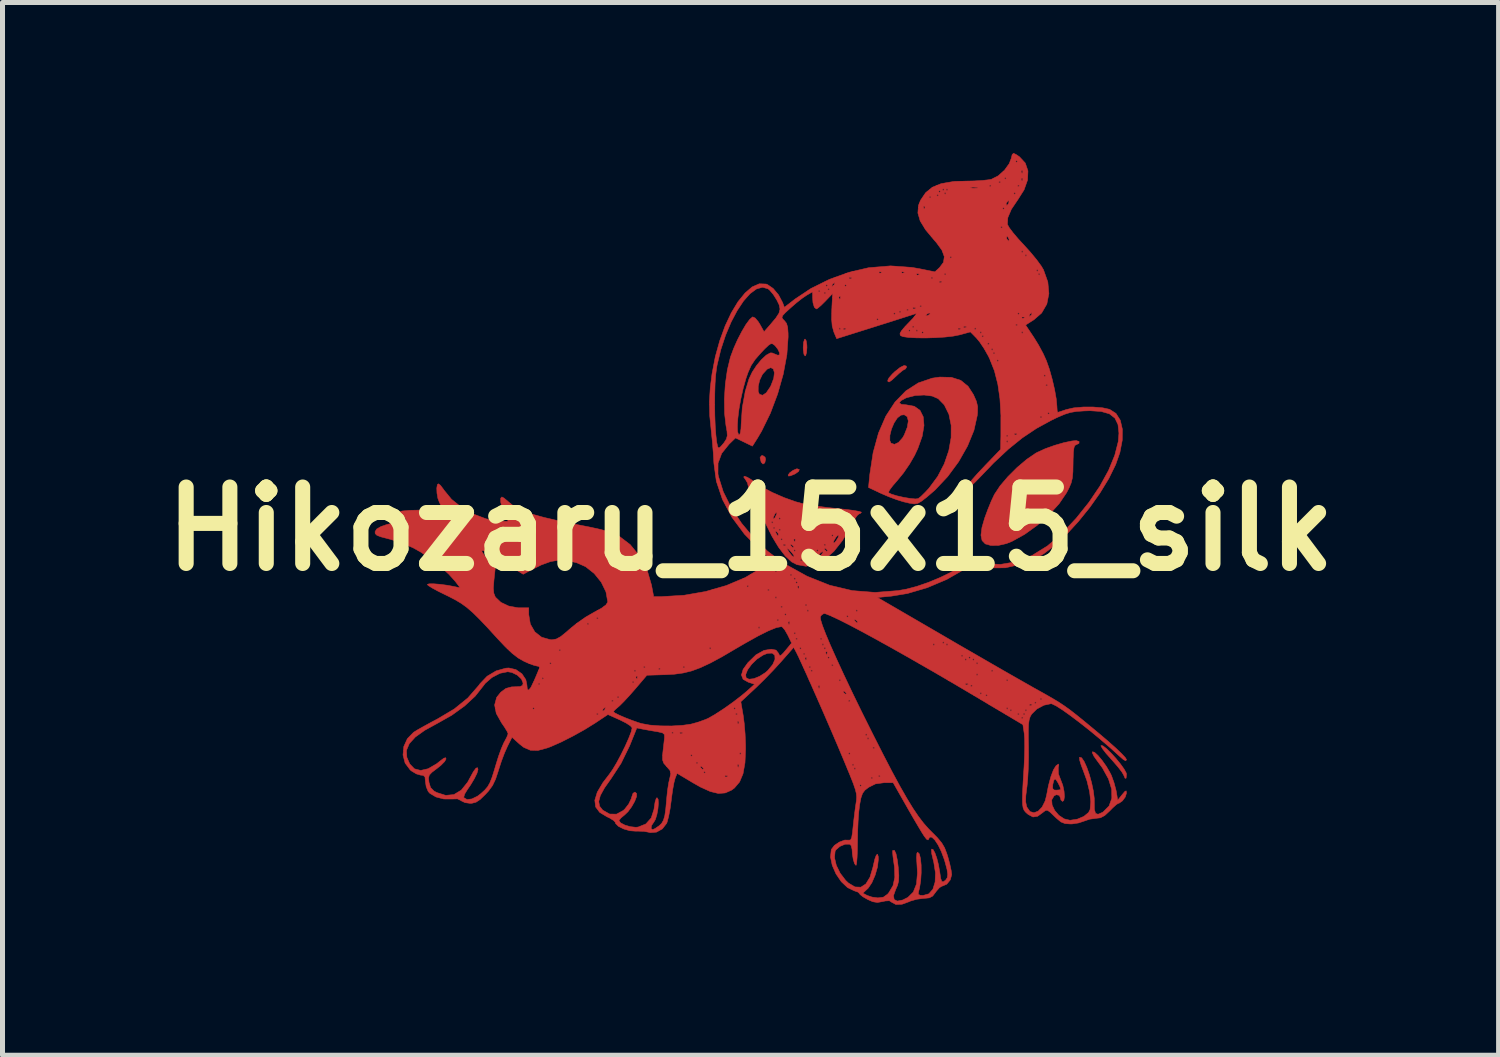
<source format=kicad_pcb>
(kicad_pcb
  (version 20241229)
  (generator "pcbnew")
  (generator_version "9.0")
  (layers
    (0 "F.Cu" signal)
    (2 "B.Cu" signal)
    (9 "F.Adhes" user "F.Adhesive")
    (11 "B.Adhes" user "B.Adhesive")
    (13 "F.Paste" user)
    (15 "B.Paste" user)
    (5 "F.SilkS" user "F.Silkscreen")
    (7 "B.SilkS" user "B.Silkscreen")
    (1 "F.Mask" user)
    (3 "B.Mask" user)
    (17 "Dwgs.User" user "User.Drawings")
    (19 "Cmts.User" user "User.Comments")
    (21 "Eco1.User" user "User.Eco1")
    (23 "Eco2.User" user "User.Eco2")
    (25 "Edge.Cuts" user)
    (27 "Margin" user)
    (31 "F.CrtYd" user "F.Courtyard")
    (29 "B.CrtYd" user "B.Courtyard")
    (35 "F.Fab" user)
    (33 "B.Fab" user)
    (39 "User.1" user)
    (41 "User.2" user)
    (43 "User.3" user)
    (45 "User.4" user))
  (footprint "Hikozaru_15x15_silk"
    (layer "F.Cu")
    (at 11.909 7.491)
    (property "Reference" "Hikozaru_15x15_silk" (at 0 0 0) (layer "F.SilkS") (effects (font (size 1.524 1.524) (thickness 0.3))))
    (attr through_hole)
    (fp_poly (pts (xy 0.289 -1.43) (xy 0.3 -1.388) (xy 0.284 -1.316) (xy 0.248 -1.292) (xy 0.212 -1.328) (xy 0.21 -1.333) (xy 0.189 -1.42) (xy 0.216 -1.458) (xy 0.244 -1.461) (xy 0.289 -1.43)) (stroke (width 0.01) (type solid)) (fill yes) (layer "F.Cu"))
    (fp_poly (pts (xy 0.972 -1.183) (xy 0.958 -1.146) (xy 0.894 -1.1) (xy 0.879 -1.092) (xy 0.793 -1.057) (xy 0.756 -1.053) (xy 0.749 -1.073) (xy 0.778 -1.116) (xy 0.844 -1.165) (xy 0.912 -1.195) (xy 0.927 -1.198) (xy 0.972 -1.183)) (stroke (width 0.01) (type solid)) (fill yes) (layer "F.Cu"))
    (fp_poly (pts (xy 1.109 -3.75) (xy 1.122 -3.666) (xy 1.124 -3.615) (xy 1.116 -3.515) (xy 1.098 -3.454) (xy 1.086 -3.447) (xy 1.064 -3.48) (xy 1.051 -3.565) (xy 1.049 -3.615) (xy 1.056 -3.716) (xy 1.075 -3.776) (xy 1.086 -3.784) (xy 1.109 -3.75)) (stroke (width 0.01) (type solid)) (fill yes) (layer "F.Cu"))
    (fp_poly (pts (xy 3.104 -3.245) (xy 3.109 -3.222) (xy 3.085 -3.185) (xy 3.078 -3.184) (xy 3.035 -3.16) (xy 2.96 -3.099) (xy 2.911 -3.053) (xy 2.816 -2.965) (xy 2.762 -2.928) (xy 2.738 -2.937) (xy 2.735 -2.964) (xy 2.76 -3.012) (xy 2.826 -3.087) (xy 2.873 -3.132) (xy 2.981 -3.218) (xy 3.061 -3.257) (xy 3.104 -3.245)) (stroke (width 0.01) (type solid)) (fill yes) (layer "F.Cu"))
    (fp_poly (pts (xy 7.024 4.325) (xy 7.095 4.381) (xy 7.185 4.468) (xy 7.282 4.575) (xy 7.373 4.686) (xy 7.445 4.787) (xy 7.487 4.864) (xy 7.493 4.889) (xy 7.485 4.967) (xy 7.465 4.972) (xy 7.436 4.906) (xy 7.4 4.844) (xy 7.325 4.747) (xy 7.225 4.631) (xy 7.185 4.586) (xy 7.087 4.476) (xy 7.017 4.385) (xy 6.984 4.328) (xy 6.985 4.317) (xy 7.024 4.325)) (stroke (width 0.01) (type solid)) (fill yes) (layer "F.Cu"))
    (fp_poly (pts (xy 6.548 -1.742) (xy 6.546 -1.705) (xy 6.494 -1.679) (xy 6.464 -1.663) (xy 6.446 -1.617) (xy 6.435 -1.53) (xy 6.429 -1.387) (xy 6.428 -1.311) (xy 6.425 -1.138) (xy 6.414 -1.015) (xy 6.39 -0.916) (xy 6.348 -0.817) (xy 6.298 -0.72) (xy 6.15 -0.502) (xy 5.949 -0.281) (xy 5.713 -0.071) (xy 5.461 0.11) (xy 5.211 0.248) (xy 5.099 0.293) (xy 4.941 0.329) (xy 4.791 0.331) (xy 4.678 0.299) (xy 4.678 0.299) (xy 4.614 0.232) (xy 4.592 0.125) (xy 4.612 -0.029) (xy 4.666 -0.216) (xy 4.728 -0.384) (xy 4.797 -0.553) (xy 4.86 -0.687) (xy 4.864 -0.693) (xy 4.974 -0.859) (xy 5.131 -1.043) (xy 5.314 -1.225) (xy 5.504 -1.386) (xy 5.682 -1.508) (xy 5.717 -1.527) (xy 5.873 -1.598) (xy 6.057 -1.664) (xy 6.243 -1.718) (xy 6.405 -1.752) (xy 6.49 -1.76) (xy 6.548 -1.742)) (stroke (width 0.01) (type solid)) (fill yes) (layer "F.Cu"))
    (fp_poly (pts (xy 4.004 -3.02) (xy 4.19 -2.96) (xy 4.336 -2.841) (xy 4.443 -2.675) (xy 4.501 -2.543) (xy 4.526 -2.437) (xy 4.524 -2.317) (xy 4.518 -2.259) (xy 4.452 -1.963) (xy 4.325 -1.652) (xy 4.148 -1.34) (xy 3.929 -1.043) (xy 3.676 -0.774) (xy 3.511 -0.632) (xy 3.407 -0.552) (xy 3.333 -0.509) (xy 3.26 -0.498) (xy 3.162 -0.513) (xy 3.051 -0.539) (xy 2.918 -0.58) (xy 2.755 -0.641) (xy 2.606 -0.705) (xy 2.558 -0.728) (xy 2.748 -0.728) (xy 2.749 -0.722) (xy 2.809 -0.692) (xy 2.917 -0.659) (xy 3.049 -0.629) (xy 3.18 -0.607) (xy 3.286 -0.597) (xy 3.34 -0.603) (xy 3.397 -0.647) (xy 3.481 -0.73) (xy 3.555 -0.809) (xy 3.729 -1.044) (xy 3.861 -1.297) (xy 3.951 -1.559) (xy 3.997 -1.819) (xy 3.998 -2.064) (xy 3.953 -2.285) (xy 3.861 -2.471) (xy 3.74 -2.595) (xy 3.621 -2.647) (xy 3.459 -2.668) (xy 3.282 -2.658) (xy 3.116 -2.616) (xy 3.097 -2.609) (xy 2.996 -2.555) (xy 2.965 -2.511) (xy 3.006 -2.482) (xy 3.101 -2.473) (xy 3.263 -2.444) (xy 3.377 -2.363) (xy 3.442 -2.233) (xy 3.457 -2.06) (xy 3.421 -1.847) (xy 3.333 -1.6) (xy 3.269 -1.464) (xy 3.17 -1.293) (xy 3.047 -1.114) (xy 2.926 -0.966) (xy 2.835 -0.861) (xy 2.772 -0.777) (xy 2.748 -0.728) (xy 2.558 -0.728) (xy 2.351 -0.825) (xy 2.376 -1.083) (xy 2.443 -1.521) (xy 2.509 -1.76) (xy 2.776 -1.76) (xy 2.799 -1.709) (xy 2.868 -1.685) (xy 2.949 -1.723) (xy 3.03 -1.815) (xy 3.063 -1.872) (xy 3.124 -2.026) (xy 3.144 -2.151) (xy 3.122 -2.237) (xy 3.062 -2.275) (xy 2.998 -2.267) (xy 2.927 -2.213) (xy 2.861 -2.113) (xy 2.808 -1.989) (xy 2.777 -1.864) (xy 2.776 -1.76) (xy 2.509 -1.76) (xy 2.55 -1.91) (xy 2.696 -2.247) (xy 2.879 -2.528) (xy 3.095 -2.75) (xy 3.342 -2.909) (xy 3.619 -3.004) (xy 3.771 -3.026) (xy 4.004 -3.02)) (stroke (width 0.01) (type solid)) (fill yes) (layer "F.Cu"))
    (fp_poly (pts (xy -0.066 -1.03) (xy 0.019 -0.978) (xy 0.077 -0.935) (xy 0.232 -0.832) (xy 0.436 -0.725) (xy 0.665 -0.625) (xy 0.893 -0.543) (xy 1.012 -0.51) (xy 1.147 -0.482) (xy 1.333 -0.452) (xy 1.542 -0.425) (xy 1.733 -0.405) (xy 1.912 -0.387) (xy 2.06 -0.367) (xy 2.164 -0.348) (xy 2.209 -0.333) (xy 2.21 -0.331) (xy 2.181 -0.302) (xy 2.163 -0.299) (xy 2.126 -0.268) (xy 2.068 -0.185) (xy 2.002 -0.066) (xy 1.988 -0.038) (xy 1.832 0.232) (xy 1.66 0.449) (xy 1.477 0.609) (xy 1.29 0.709) (xy 1.104 0.745) (xy 0.925 0.713) (xy 0.819 0.658) (xy 0.769 0.612) (xy 0.987 0.612) (xy 0.992 0.634) (xy 1.012 0.637) (xy 1.042 0.623) (xy 1.036 0.612) (xy 1.136 0.612) (xy 1.142 0.634) (xy 1.161 0.637) (xy 1.192 0.623) (xy 1.186 0.612) (xy 1.142 0.607) (xy 1.136 0.612) (xy 1.036 0.612) (xy 0.992 0.607) (xy 0.987 0.612) (xy 0.769 0.612) (xy 0.756 0.599) (xy 1.324 0.599) (xy 1.356 0.575) (xy 1.405 0.524) (xy 1.443 0.471) (xy 1.438 0.45) (xy 1.394 0.478) (xy 1.357 0.524) (xy 1.326 0.582) (xy 1.324 0.599) (xy 0.756 0.599) (xy 0.692 0.541) (xy 0.565 0.375) (xy 0.723 0.375) (xy 0.732 0.402) (xy 0.77 0.467) (xy 0.771 0.468) (xy 0.825 0.535) (xy 0.866 0.562) (xy 0.867 0.543) (xy 1.199 0.543) (xy 1.218 0.562) (xy 1.236 0.543) (xy 1.218 0.524) (xy 1.199 0.543) (xy 0.867 0.543) (xy 0.867 0.538) (xy 0.827 0.479) (xy 0.817 0.468) (xy 0.783 0.431) (xy 0.862 0.431) (xy 0.88 0.45) (xy 0.899 0.431) (xy 1.311 0.431) (xy 1.33 0.45) (xy 1.349 0.431) (xy 1.33 0.412) (xy 1.311 0.431) (xy 0.899 0.431) (xy 0.88 0.412) (xy 0.862 0.431) (xy 0.783 0.431) (xy 0.758 0.405) (xy 0.736 0.385) (xy 1.467 0.385) (xy 1.476 0.406) (xy 1.514 0.447) (xy 1.536 0.438) (xy 1.536 0.433) (xy 1.509 0.401) (xy 1.493 0.39) (xy 1.467 0.385) (xy 0.736 0.385) (xy 0.724 0.375) (xy 0.723 0.375) (xy 0.565 0.375) (xy 0.557 0.364) (xy 0.526 0.312) (xy 0.649 0.312) (xy 0.655 0.334) (xy 0.674 0.337) (xy 0.705 0.323) (xy 0.699 0.312) (xy 0.682 0.31) (xy 0.793 0.31) (xy 0.802 0.331) (xy 0.84 0.372) (xy 0.861 0.363) (xy 0.862 0.358) (xy 0.835 0.326) (xy 0.824 0.318) (xy 1.461 0.318) (xy 1.48 0.337) (xy 1.499 0.318) (xy 1.48 0.3) (xy 1.461 0.318) (xy 0.824 0.318) (xy 0.818 0.315) (xy 0.793 0.31) (xy 0.682 0.31) (xy 0.655 0.308) (xy 0.649 0.312) (xy 0.526 0.312) (xy 0.504 0.277) (xy 1.648 0.277) (xy 1.667 0.28) (xy 1.703 0.241) (xy 1.746 0.17) (xy 1.758 0.131) (xy 1.74 0.127) (xy 1.703 0.166) (xy 1.66 0.237) (xy 1.648 0.277) (xy 0.504 0.277) (xy 0.462 0.206) (xy 0.599 0.206) (xy 0.618 0.225) (xy 0.862 0.225) (xy 0.875 0.256) (xy 0.887 0.25) (xy 0.891 0.205) (xy 0.887 0.2) (xy 0.864 0.205) (xy 0.862 0.225) (xy 0.618 0.225) (xy 0.637 0.206) (xy 0.618 0.187) (xy 0.599 0.206) (xy 0.462 0.206) (xy 0.423 0.141) (xy 0.374 0.041) (xy 0.498 0.041) (xy 0.505 0.079) (xy 0.508 0.086) (xy 0.538 0.132) (xy 0.555 0.132) (xy 0.555 0.131) (xy 1.611 0.131) (xy 1.63 0.15) (xy 1.648 0.131) (xy 1.63 0.112) (xy 1.611 0.131) (xy 0.555 0.131) (xy 0.551 0.092) (xy 0.529 0.065) (xy 0.498 0.041) (xy 0.374 0.041) (xy 0.363 0.019) (xy 0.562 0.019) (xy 0.581 0.037) (xy 0.599 0.019) (xy 0.581 0) (xy 0.562 0.019) (xy 0.363 0.019) (xy 0.344 -0.019) (xy 0.45 -0.019) (xy 0.468 0) (xy 0.487 -0.019) (xy 0.468 -0.037) (xy 0.45 -0.019) (xy 0.344 -0.019) (xy 0.297 -0.115) (xy 0.291 -0.131) (xy 0.412 -0.131) (xy 0.431 -0.112) (xy 0.45 -0.131) (xy 0.431 -0.15) (xy 0.412 -0.131) (xy 0.291 -0.131) (xy 0.261 -0.206) (xy 0.451 -0.206) (xy 0.466 -0.199) (xy 0.472 -0.206) (xy 0.562 -0.206) (xy 0.581 -0.187) (xy 0.599 -0.206) (xy 0.581 -0.225) (xy 0.562 -0.206) (xy 0.472 -0.206) (xy 0.487 -0.225) (xy 0.499 -0.25) (xy 1.689 -0.25) (xy 1.711 -0.212) (xy 1.747 -0.215) (xy 1.784 -0.261) (xy 1.798 -0.309) (xy 1.768 -0.334) (xy 1.742 -0.337) (xy 1.695 -0.309) (xy 1.689 -0.25) (xy 0.499 -0.25) (xy 0.519 -0.293) (xy 0.523 -0.318) (xy 0.508 -0.325) (xy 0.487 -0.3) (xy 0.455 -0.231) (xy 0.451 -0.206) (xy 0.261 -0.206) (xy 0.187 -0.391) (xy 0.151 -0.497) (xy 0.104 -0.598) (xy 0.046 -0.668) (xy 0.034 -0.676) (xy -0.024 -0.745) (xy -0.037 -0.813) (xy -0.04 -0.823) (xy 0.047 -0.823) (xy 0.059 -0.782) (xy 0.088 -0.753) (xy 0.104 -0.782) (xy 0.105 -0.84) (xy 0.098 -0.852) (xy 0.062 -0.86) (xy 0.047 -0.823) (xy -0.04 -0.823) (xy -0.061 -0.916) (xy -0.099 -0.98) (xy -0.137 -1.034) (xy -0.122 -1.05) (xy -0.066 -1.03)) (stroke (width 0.01) (type solid)) (fill yes) (layer "F.Cu"))
    (fp_poly (pts (xy 5.297 -7.459) (xy 5.36 -7.416) (xy 5.475 -7.292) (xy 5.529 -7.135) (xy 5.521 -6.954) (xy 5.451 -6.757) (xy 5.333 -6.57) (xy 5.197 -6.368) (xy 5.127 -6.202) (xy 5.12 -6.071) (xy 5.121 -6.066) (xy 5.156 -6.003) (xy 5.231 -5.903) (xy 5.337 -5.778) (xy 5.449 -5.657) (xy 5.58 -5.512) (xy 5.7 -5.367) (xy 5.793 -5.24) (xy 5.838 -5.165) (xy 5.925 -4.921) (xy 5.946 -4.69) (xy 5.905 -4.481) (xy 5.801 -4.302) (xy 5.647 -4.168) (xy 5.482 -4.063) (xy 5.643 -3.822) (xy 5.74 -3.665) (xy 5.833 -3.492) (xy 5.896 -3.353) (xy 5.956 -3.183) (xy 6.012 -2.982) (xy 6.06 -2.775) (xy 6.093 -2.587) (xy 6.106 -2.443) (xy 6.106 -2.437) (xy 6.111 -2.357) (xy 6.12 -2.323) (xy 6.121 -2.323) (xy 6.161 -2.334) (xy 6.247 -2.363) (xy 6.294 -2.379) (xy 6.44 -2.412) (xy 6.63 -2.429) (xy 6.832 -2.429) (xy 7.019 -2.413) (xy 7.155 -2.383) (xy 7.283 -2.301) (xy 7.369 -2.165) (xy 7.411 -1.984) (xy 7.408 -1.767) (xy 7.361 -1.522) (xy 7.277 -1.282) (xy 7.141 -1.005) (xy 6.964 -0.715) (xy 6.758 -0.424) (xy 6.532 -0.145) (xy 6.298 0.11) (xy 6.065 0.327) (xy 5.845 0.494) (xy 5.737 0.558) (xy 5.4 0.703) (xy 5.076 0.776) (xy 4.758 0.778) (xy 4.574 0.747) (xy 4.462 0.728) (xy 4.379 0.74) (xy 4.286 0.791) (xy 4.272 0.8) (xy 3.911 1.007) (xy 3.521 1.172) (xy 3.126 1.288) (xy 2.81 1.34) (xy 2.529 1.367) (xy 3.859 2.14) (xy 4.169 2.321) (xy 4.48 2.5) (xy 4.779 2.673) (xy 5.057 2.833) (xy 5.304 2.974) (xy 5.508 3.09) (xy 5.659 3.176) (xy 5.676 3.185) (xy 5.864 3.29) (xy 6.014 3.376) (xy 6.139 3.451) (xy 6.251 3.525) (xy 6.364 3.606) (xy 6.49 3.704) (xy 6.642 3.827) (xy 6.833 3.985) (xy 6.94 4.074) (xy 7.119 4.226) (xy 7.272 4.362) (xy 7.391 4.475) (xy 7.467 4.556) (xy 7.493 4.597) (xy 7.479 4.623) (xy 7.432 4.599) (xy 7.352 4.529) (xy 7.166 4.36) (xy 6.965 4.188) (xy 6.761 4.019) (xy 6.562 3.862) (xy 6.378 3.723) (xy 6.218 3.609) (xy 6.091 3.528) (xy 6.007 3.488) (xy 5.989 3.484) (xy 5.848 3.514) (xy 5.707 3.589) (xy 5.602 3.692) (xy 5.601 3.694) (xy 5.572 3.745) (xy 5.553 3.806) (xy 5.541 3.89) (xy 5.537 4.012) (xy 5.537 4.185) (xy 5.54 4.333) (xy 5.541 4.555) (xy 5.535 4.781) (xy 5.524 4.984) (xy 5.509 5.139) (xy 5.507 5.151) (xy 5.486 5.32) (xy 5.483 5.437) (xy 5.5 5.524) (xy 5.509 5.548) (xy 5.57 5.634) (xy 5.649 5.657) (xy 5.733 5.625) (xy 5.811 5.544) (xy 5.872 5.421) (xy 5.9 5.309) (xy 5.926 5.174) (xy 6.02 5.174) (xy 6.051 5.204) (xy 6.094 5.207) (xy 6.162 5.201) (xy 6.181 5.19) (xy 6.165 5.135) (xy 6.128 5.061) (xy 6.089 5) (xy 6.067 4.983) (xy 6.043 5.015) (xy 6.024 5.093) (xy 6.024 5.095) (xy 6.02 5.174) (xy 5.926 5.174) (xy 5.938 5.113) (xy 5.985 4.939) (xy 6.037 4.802) (xy 6.088 4.721) (xy 6.094 4.716) (xy 6.137 4.687) (xy 6.143 4.712) (xy 6.132 4.761) (xy 6.137 4.885) (xy 6.182 5.003) (xy 6.223 5.11) (xy 6.248 5.228) (xy 6.256 5.335) (xy 6.244 5.41) (xy 6.219 5.432) (xy 6.185 5.402) (xy 6.181 5.378) (xy 6.155 5.311) (xy 6.093 5.298) (xy 6.049 5.321) (xy 6.002 5.401) (xy 6.01 5.503) (xy 6.061 5.611) (xy 6.144 5.708) (xy 6.25 5.779) (xy 6.366 5.807) (xy 6.369 5.807) (xy 6.513 5.785) (xy 6.643 5.73) (xy 6.737 5.652) (xy 6.767 5.593) (xy 6.78 5.438) (xy 6.758 5.241) (xy 6.705 5.022) (xy 6.638 4.837) (xy 6.589 4.708) (xy 6.559 4.608) (xy 6.555 4.554) (xy 6.558 4.551) (xy 6.599 4.563) (xy 6.648 4.635) (xy 6.701 4.751) (xy 6.752 4.897) (xy 6.797 5.059) (xy 6.831 5.22) (xy 6.85 5.368) (xy 6.851 5.446) (xy 6.853 5.592) (xy 6.876 5.67) (xy 6.926 5.688) (xy 7.01 5.651) (xy 7.029 5.639) (xy 7.145 5.522) (xy 7.2 5.37) (xy 7.197 5.188) (xy 7.134 4.984) (xy 7.013 4.764) (xy 6.907 4.62) (xy 6.843 4.53) (xy 6.812 4.464) (xy 6.815 4.441) (xy 6.858 4.455) (xy 6.926 4.518) (xy 7.008 4.616) (xy 7.091 4.733) (xy 7.162 4.855) (xy 7.191 4.912) (xy 7.243 5.055) (xy 7.283 5.205) (xy 7.291 5.244) (xy 7.317 5.408) (xy 7.405 5.298) (xy 7.461 5.232) (xy 7.486 5.221) (xy 7.492 5.261) (xy 7.492 5.267) (xy 7.468 5.344) (xy 7.411 5.421) (xy 7.347 5.466) (xy 7.329 5.47) (xy 7.29 5.495) (xy 7.219 5.559) (xy 7.16 5.619) (xy 7.059 5.713) (xy 6.974 5.758) (xy 6.885 5.769) (xy 6.758 5.786) (xy 6.645 5.825) (xy 6.537 5.861) (xy 6.405 5.881) (xy 6.374 5.881) (xy 6.269 5.874) (xy 6.186 5.841) (xy 6.098 5.768) (xy 6.059 5.731) (xy 5.972 5.647) (xy 5.919 5.609) (xy 5.88 5.611) (xy 5.834 5.645) (xy 5.829 5.65) (xy 5.721 5.728) (xy 5.629 5.742) (xy 5.536 5.693) (xy 5.517 5.678) (xy 5.479 5.643) (xy 5.451 5.607) (xy 5.432 5.559) (xy 5.421 5.489) (xy 5.418 5.386) (xy 5.422 5.241) (xy 5.432 5.043) (xy 5.448 4.783) (xy 5.451 4.737) (xy 5.46 4.535) (xy 5.464 4.344) (xy 5.462 4.184) (xy 5.455 4.078) (xy 5.454 4.075) (xy 5.428 3.902) (xy 5.198 3.765) (xy 5.395 3.765) (xy 5.413 3.784) (xy 5.432 3.765) (xy 5.413 3.746) (xy 5.395 3.765) (xy 5.198 3.765) (xy 5.072 3.69) (xy 5.32 3.69) (xy 5.338 3.709) (xy 5.357 3.69) (xy 5.432 3.69) (xy 5.451 3.709) (xy 5.47 3.69) (xy 5.451 3.671) (xy 5.432 3.69) (xy 5.357 3.69) (xy 5.338 3.671) (xy 5.32 3.69) (xy 5.072 3.69) (xy 4.946 3.615) (xy 5.17 3.615) (xy 5.189 3.634) (xy 5.207 3.615) (xy 5.47 3.615) (xy 5.488 3.634) (xy 5.507 3.615) (xy 5.488 3.596) (xy 5.47 3.615) (xy 5.207 3.615) (xy 5.189 3.596) (xy 5.17 3.615) (xy 4.946 3.615) (xy 4.883 3.578) (xy 5.095 3.578) (xy 5.114 3.596) (xy 5.132 3.578) (xy 5.114 3.559) (xy 5.095 3.578) (xy 4.883 3.578) (xy 4.746 3.497) (xy 5.557 3.497) (xy 5.562 3.519) (xy 5.582 3.522) (xy 5.613 3.508) (xy 5.607 3.497) (xy 5.563 3.492) (xy 5.557 3.497) (xy 4.746 3.497) (xy 4.694 3.465) (xy 5.657 3.465) (xy 5.676 3.484) (xy 5.694 3.465) (xy 5.676 3.447) (xy 5.657 3.465) (xy 4.694 3.465) (xy 4.568 3.39) (xy 5.769 3.39) (xy 5.788 3.409) (xy 5.807 3.39) (xy 5.788 3.372) (xy 5.769 3.39) (xy 4.568 3.39) (xy 4.442 3.315) (xy 4.683 3.315) (xy 4.702 3.334) (xy 4.72 3.315) (xy 4.702 3.297) (xy 4.683 3.315) (xy 4.442 3.315) (xy 4.391 3.285) (xy 4.379 3.278) (xy 4.571 3.278) (xy 4.589 3.297) (xy 4.608 3.278) (xy 4.589 3.259) (xy 4.571 3.278) (xy 4.379 3.278) (xy 4.125 3.128) (xy 4.383 3.128) (xy 4.402 3.147) (xy 4.421 3.128) (xy 4.402 3.109) (xy 4.383 3.128) (xy 4.125 3.128) (xy 4.051 3.084) (xy 4.283 3.084) (xy 4.288 3.107) (xy 4.308 3.109) (xy 4.339 3.096) (xy 4.333 3.084) (xy 4.289 3.08) (xy 4.283 3.084) (xy 4.051 3.084) (xy 3.982 3.044) (xy 3.934 3.016) (xy 5.095 3.016) (xy 5.114 3.035) (xy 5.132 3.016) (xy 5.114 2.997) (xy 5.095 3.016) (xy 3.934 3.016) (xy 3.741 2.903) (xy 4.496 2.903) (xy 4.514 2.922) (xy 4.533 2.903) (xy 4.514 2.885) (xy 4.496 2.903) (xy 3.741 2.903) (xy 3.612 2.828) (xy 4.795 2.828) (xy 4.814 2.847) (xy 4.833 2.828) (xy 4.814 2.81) (xy 4.795 2.828) (xy 3.612 2.828) (xy 3.585 2.813) (xy 3.352 2.679) (xy 4.496 2.679) (xy 4.514 2.697) (xy 4.533 2.679) (xy 4.514 2.66) (xy 4.496 2.679) (xy 3.352 2.679) (xy 3.221 2.604) (xy 4.271 2.604) (xy 4.29 2.622) (xy 4.308 2.604) (xy 4.421 2.604) (xy 4.439 2.622) (xy 4.458 2.604) (xy 4.439 2.585) (xy 4.421 2.604) (xy 4.308 2.604) (xy 4.29 2.585) (xy 4.271 2.604) (xy 3.221 2.604) (xy 3.206 2.595) (xy 3.155 2.566) (xy 4.346 2.566) (xy 4.364 2.585) (xy 4.383 2.566) (xy 4.364 2.547) (xy 4.346 2.566) (xy 3.155 2.566) (xy 3.089 2.529) (xy 4.196 2.529) (xy 4.215 2.547) (xy 4.233 2.529) (xy 4.215 2.51) (xy 4.196 2.529) (xy 3.089 2.529) (xy 2.85 2.394) (xy 2.689 2.304) (xy 3.634 2.304) (xy 3.653 2.323) (xy 3.671 2.304) (xy 3.896 2.304) (xy 3.915 2.323) (xy 3.934 2.304) (xy 3.915 2.285) (xy 3.896 2.304) (xy 3.671 2.304) (xy 3.653 2.285) (xy 3.634 2.304) (xy 2.689 2.304) (xy 2.621 2.267) (xy 3.821 2.267) (xy 3.84 2.285) (xy 3.859 2.267) (xy 3.84 2.248) (xy 3.821 2.267) (xy 2.621 2.267) (xy 2.523 2.212) (xy 2.229 2.052) (xy 1.974 1.917) (xy 1.763 1.81) (xy 1.76 1.809) (xy 2.067 1.809) (xy 2.076 1.83) (xy 2.113 1.87) (xy 2.135 1.862) (xy 2.135 1.857) (xy 2.109 1.825) (xy 2.092 1.813) (xy 2.067 1.809) (xy 1.76 1.809) (xy 1.618 1.742) (xy 1.911 1.742) (xy 1.929 1.761) (xy 1.948 1.742) (xy 1.929 1.723) (xy 1.911 1.742) (xy 1.618 1.742) (xy 1.603 1.735) (xy 1.498 1.693) (xy 1.463 1.686) (xy 1.417 1.715) (xy 1.391 1.751) (xy 1.396 1.808) (xy 1.432 1.925) (xy 1.499 2.099) (xy 1.594 2.324) (xy 1.715 2.594) (xy 1.859 2.906) (xy 2.024 3.254) (xy 2.208 3.632) (xy 2.409 4.035) (xy 2.433 4.083) (xy 2.64 4.491) (xy 2.819 4.836) (xy 2.976 5.126) (xy 3.114 5.368) (xy 3.236 5.568) (xy 3.347 5.732) (xy 3.451 5.868) (xy 3.552 5.982) (xy 3.598 6.028) (xy 3.724 6.155) (xy 3.809 6.257) (xy 3.867 6.355) (xy 3.912 6.473) (xy 3.931 6.532) (xy 3.97 6.676) (xy 3.998 6.806) (xy 4.009 6.891) (xy 3.98 6.996) (xy 3.911 7.081) (xy 3.823 7.119) (xy 3.818 7.119) (xy 3.765 7.15) (xy 3.702 7.222) (xy 3.689 7.241) (xy 3.63 7.318) (xy 3.562 7.354) (xy 3.452 7.365) (xy 3.446 7.365) (xy 3.31 7.382) (xy 3.183 7.419) (xy 3.158 7.431) (xy 3.017 7.482) (xy 2.896 7.486) (xy 2.814 7.442) (xy 2.766 7.411) (xy 2.684 7.416) (xy 2.631 7.428) (xy 2.528 7.446) (xy 2.436 7.431) (xy 2.332 7.385) (xy 2.238 7.331) (xy 2.181 7.285) (xy 2.173 7.27) (xy 2.141 7.239) (xy 2.066 7.213) (xy 1.933 7.149) (xy 1.808 7.031) (xy 1.703 6.877) (xy 1.628 6.706) (xy 1.596 6.552) (xy 1.673 6.552) (xy 1.709 6.705) (xy 1.786 6.862) (xy 1.895 7.005) (xy 1.952 7.059) (xy 2.082 7.136) (xy 2.198 7.141) (xy 2.298 7.076) (xy 2.38 6.942) (xy 2.44 6.741) (xy 2.446 6.713) (xy 2.477 6.58) (xy 2.506 6.502) (xy 2.53 6.484) (xy 2.545 6.53) (xy 2.547 6.587) (xy 2.53 6.737) (xy 2.483 6.901) (xy 2.418 7.052) (xy 2.345 7.16) (xy 2.335 7.17) (xy 2.238 7.26) (xy 2.323 7.305) (xy 2.42 7.338) (xy 2.537 7.354) (xy 2.538 7.354) (xy 2.647 7.34) (xy 2.731 7.28) (xy 2.758 7.247) (xy 2.84 7.108) (xy 2.875 6.944) (xy 2.868 6.737) (xy 2.856 6.656) (xy 2.839 6.533) (xy 2.831 6.443) (xy 2.833 6.409) (xy 2.868 6.408) (xy 2.899 6.475) (xy 2.926 6.605) (xy 2.944 6.75) (xy 2.955 6.908) (xy 2.951 7.017) (xy 2.93 7.103) (xy 2.893 7.186) (xy 2.849 7.309) (xy 2.862 7.387) (xy 2.926 7.418) (xy 3.033 7.396) (xy 3.136 7.344) (xy 3.243 7.238) (xy 3.307 7.078) (xy 3.326 6.859) (xy 3.317 6.697) (xy 3.308 6.55) (xy 3.315 6.464) (xy 3.33 6.444) (xy 3.364 6.478) (xy 3.387 6.569) (xy 3.4 6.7) (xy 3.401 6.853) (xy 3.391 7.011) (xy 3.368 7.157) (xy 3.351 7.221) (xy 3.342 7.28) (xy 3.377 7.302) (xy 3.441 7.305) (xy 3.554 7.273) (xy 3.634 7.181) (xy 3.678 7.038) (xy 3.685 6.855) (xy 3.651 6.64) (xy 3.636 6.582) (xy 3.611 6.475) (xy 3.605 6.399) (xy 3.61 6.381) (xy 3.638 6.391) (xy 3.675 6.459) (xy 3.713 6.566) (xy 3.746 6.697) (xy 3.769 6.833) (xy 3.77 6.834) (xy 3.789 6.964) (xy 3.811 7.027) (xy 3.844 7.034) (xy 3.889 6.998) (xy 3.921 6.95) (xy 3.93 6.884) (xy 3.915 6.783) (xy 3.874 6.632) (xy 3.858 6.58) (xy 3.802 6.43) (xy 3.738 6.3) (xy 3.673 6.201) (xy 3.614 6.145) (xy 3.571 6.143) (xy 3.559 6.164) (xy 3.538 6.2) (xy 3.507 6.184) (xy 3.46 6.122) (xy 3.414 6.05) (xy 3.341 5.928) (xy 3.249 5.772) (xy 3.147 5.595) (xy 3.113 5.535) (xy 2.842 5.058) (xy 2.666 5.058) (xy 2.49 5.082) (xy 2.354 5.15) (xy 2.279 5.208) (xy 2.232 5.271) (xy 2.2 5.363) (xy 2.175 5.492) (xy 2.158 5.63) (xy 2.144 5.818) (xy 2.135 6.029) (xy 2.132 6.224) (xy 2.129 6.404) (xy 2.123 6.553) (xy 2.114 6.658) (xy 2.103 6.705) (xy 2.101 6.706) (xy 2.073 6.673) (xy 2.047 6.589) (xy 2.029 6.479) (xy 2.023 6.386) (xy 2.005 6.312) (xy 1.976 6.284) (xy 1.884 6.285) (xy 1.781 6.328) (xy 1.702 6.397) (xy 1.685 6.427) (xy 1.673 6.552) (xy 1.596 6.552) (xy 1.593 6.538) (xy 1.609 6.392) (xy 1.612 6.386) (xy 1.671 6.308) (xy 1.769 6.242) (xy 1.876 6.202) (xy 1.961 6.203) (xy 1.993 6.2) (xy 2.015 6.153) (xy 2.032 6.05) (xy 2.04 5.969) (xy 2.059 5.793) (xy 2.082 5.607) (xy 2.098 5.493) (xy 2.11 5.413) (xy 2.114 5.344) (xy 2.108 5.274) (xy 2.087 5.19) (xy 2.061 5.114) (xy 2.173 5.114) (xy 2.192 5.132) (xy 2.21 5.114) (xy 2.192 5.095) (xy 2.173 5.114) (xy 2.061 5.114) (xy 2.049 5.079) (xy 2.004 4.964) (xy 2.398 4.964) (xy 2.416 4.983) (xy 2.435 4.964) (xy 2.416 4.945) (xy 2.398 4.964) (xy 2.004 4.964) (xy 1.99 4.928) (xy 1.989 4.926) (xy 2.547 4.926) (xy 2.566 4.945) (xy 2.585 4.926) (xy 2.566 4.908) (xy 2.547 4.926) (xy 1.989 4.926) (xy 1.927 4.777) (xy 2.06 4.777) (xy 2.079 4.795) (xy 2.098 4.777) (xy 2.079 4.758) (xy 2.06 4.777) (xy 1.927 4.777) (xy 1.906 4.725) (xy 1.896 4.702) (xy 2.023 4.702) (xy 2.042 4.72) (xy 2.06 4.702) (xy 2.042 4.683) (xy 2.023 4.702) (xy 1.896 4.702) (xy 1.874 4.648) (xy 1.802 4.477) (xy 1.948 4.477) (xy 1.967 4.496) (xy 1.986 4.477) (xy 1.967 4.458) (xy 1.948 4.477) (xy 1.802 4.477) (xy 1.784 4.434) (xy 1.755 4.364) (xy 2.435 4.364) (xy 2.454 4.383) (xy 2.473 4.364) (xy 2.454 4.346) (xy 2.435 4.364) (xy 1.755 4.364) (xy 1.68 4.189) (xy 1.675 4.177) (xy 2.323 4.177) (xy 2.341 4.196) (xy 2.36 4.177) (xy 2.341 4.158) (xy 2.323 4.177) (xy 1.675 4.177) (xy 1.643 4.102) (xy 2.285 4.102) (xy 2.304 4.121) (xy 2.323 4.102) (xy 2.304 4.083) (xy 2.285 4.102) (xy 1.643 4.102) (xy 1.566 3.924) (xy 1.448 3.651) (xy 1.35 3.428) (xy 1.948 3.428) (xy 1.967 3.447) (xy 1.986 3.428) (xy 1.967 3.409) (xy 1.948 3.428) (xy 1.35 3.428) (xy 1.33 3.382) (xy 1.264 3.233) (xy 1.842 3.233) (xy 1.851 3.254) (xy 1.889 3.294) (xy 1.91 3.285) (xy 1.911 3.28) (xy 1.884 3.249) (xy 1.867 3.237) (xy 1.842 3.233) (xy 1.264 3.233) (xy 1.226 3.147) (xy 1.349 3.147) (xy 1.362 3.178) (xy 1.374 3.172) (xy 1.378 3.127) (xy 1.374 3.122) (xy 1.351 3.127) (xy 1.349 3.147) (xy 1.226 3.147) (xy 1.217 3.126) (xy 1.167 3.016) (xy 1.761 3.016) (xy 1.779 3.035) (xy 1.798 3.016) (xy 1.779 2.997) (xy 1.761 3.016) (xy 1.167 3.016) (xy 1.114 2.895) (xy 1.083 2.828) (xy 1.199 2.828) (xy 1.218 2.847) (xy 1.236 2.828) (xy 1.218 2.81) (xy 1.199 2.828) (xy 1.083 2.828) (xy 1.05 2.754) (xy 1.161 2.754) (xy 1.18 2.772) (xy 1.199 2.754) (xy 1.18 2.735) (xy 1.161 2.754) (xy 1.05 2.754) (xy 1.033 2.716) (xy 1.611 2.716) (xy 1.63 2.735) (xy 1.648 2.716) (xy 1.63 2.697) (xy 1.611 2.716) (xy 1.033 2.716) (xy 1.026 2.702) (xy 0.972 2.585) (xy 1.086 2.585) (xy 1.1 2.616) (xy 1.111 2.61) (xy 1.116 2.566) (xy 1.536 2.566) (xy 1.555 2.585) (xy 1.573 2.566) (xy 1.555 2.547) (xy 1.536 2.566) (xy 1.116 2.566) (xy 1.116 2.565) (xy 1.111 2.56) (xy 1.089 2.565) (xy 1.086 2.585) (xy 0.972 2.585) (xy 0.959 2.556) (xy 0.927 2.491) (xy 1.049 2.491) (xy 1.068 2.51) (xy 1.086 2.491) (xy 1.068 2.473) (xy 1.499 2.473) (xy 1.512 2.503) (xy 1.524 2.498) (xy 1.528 2.453) (xy 1.524 2.448) (xy 1.501 2.453) (xy 1.499 2.473) (xy 1.068 2.473) (xy 1.049 2.491) (xy 0.927 2.491) (xy 0.92 2.476) (xy 0.869 2.379) (xy 0.974 2.379) (xy 0.993 2.398) (xy 1.012 2.379) (xy 1.461 2.379) (xy 1.48 2.398) (xy 1.499 2.379) (xy 1.48 2.36) (xy 1.461 2.379) (xy 1.012 2.379) (xy 0.993 2.36) (xy 0.974 2.379) (xy 0.869 2.379) (xy 0.86 2.361) (xy 0.604 2.652) (xy 0.456 2.814) (xy 0.285 2.991) (xy 0.122 3.151) (xy 0.077 3.193) (xy -0.194 3.445) (xy -0.147 3.717) (xy -0.126 3.879) (xy -0.109 4.082) (xy -0.1 4.292) (xy -0.099 4.383) (xy -0.111 4.662) (xy -0.15 4.88) (xy -0.219 5.044) (xy -0.321 5.164) (xy -0.381 5.208) (xy -0.506 5.263) (xy -0.643 5.273) (xy -0.803 5.234) (xy -0.997 5.146) (xy -1.144 5.063) (xy -1.383 4.92) (xy -0.512 4.92) (xy -0.507 4.942) (xy -0.487 4.945) (xy -0.456 4.931) (xy -0.462 4.92) (xy -0.507 4.916) (xy -0.512 4.92) (xy -1.383 4.92) (xy -1.464 4.872) (xy -1.504 4.974) (xy -1.526 5.057) (xy -1.551 5.191) (xy -1.574 5.352) (xy -1.581 5.413) (xy -1.604 5.58) (xy -1.633 5.732) (xy -1.663 5.844) (xy -1.673 5.869) (xy -1.758 5.979) (xy -1.875 6.044) (xy -2.001 6.054) (xy -2.03 6.046) (xy -2.122 6.029) (xy -2.245 6.024) (xy -2.285 6.025) (xy -2.407 6.016) (xy -2.53 5.98) (xy -2.632 5.929) (xy -2.691 5.871) (xy -2.697 5.847) (xy -2.729 5.812) (xy -2.808 5.763) (xy -2.863 5.737) (xy -3.007 5.65) (xy -3.088 5.541) (xy -3.101 5.433) (xy -3.026 5.433) (xy -3.009 5.527) (xy -2.945 5.607) (xy -2.944 5.607) (xy -2.809 5.683) (xy -2.671 5.685) (xy -2.538 5.613) (xy -2.507 5.584) (xy -2.429 5.484) (xy -2.378 5.378) (xy -2.374 5.36) (xy -2.343 5.27) (xy -2.304 5.245) (xy -2.271 5.275) (xy -2.272 5.335) (xy -2.309 5.43) (xy -2.37 5.538) (xy -2.443 5.637) (xy -2.507 5.698) (xy -2.581 5.76) (xy -2.621 5.808) (xy -2.622 5.814) (xy -2.589 5.86) (xy -2.506 5.903) (xy -2.397 5.935) (xy -2.288 5.947) (xy -2.239 5.942) (xy -2.086 5.88) (xy -1.98 5.761) (xy -1.924 5.587) (xy -1.919 5.546) (xy -1.902 5.439) (xy -1.879 5.37) (xy -1.864 5.357) (xy -1.842 5.39) (xy -1.837 5.472) (xy -1.846 5.581) (xy -1.867 5.694) (xy -1.896 5.79) (xy -1.923 5.837) (xy -1.973 5.912) (xy -1.983 5.972) (xy -1.953 5.994) (xy -1.904 5.973) (xy -1.828 5.921) (xy -1.823 5.918) (xy -1.772 5.869) (xy -1.736 5.806) (xy -1.709 5.715) (xy -1.69 5.581) (xy -1.673 5.389) (xy -1.67 5.357) (xy -1.654 5.204) (xy -1.631 5.059) (xy -1.612 4.976) (xy -1.59 4.879) (xy -1.597 4.851) (xy -0.937 4.851) (xy -0.918 4.87) (xy -0.899 4.851) (xy -0.918 4.833) (xy -0.937 4.851) (xy -1.597 4.851) (xy -1.606 4.814) (xy -1.669 4.741) (xy -1.671 4.739) (xy -1.677 4.731) (xy -1.005 4.731) (xy -0.996 4.752) (xy -0.959 4.792) (xy -0.937 4.784) (xy -0.937 4.779) (xy -0.963 4.747) (xy -0.98 4.736) (xy -1.005 4.731) (xy -1.677 4.731) (xy -1.687 4.72) (xy -0.262 4.72) (xy -0.249 4.751) (xy -0.237 4.745) (xy -0.233 4.701) (xy -0.237 4.695) (xy -0.26 4.701) (xy -0.262 4.72) (xy -1.687 4.72) (xy -1.729 4.672) (xy -1.732 4.664) (xy -1.086 4.664) (xy -1.068 4.683) (xy -1.049 4.664) (xy -1.068 4.645) (xy -1.086 4.664) (xy -1.732 4.664) (xy -1.754 4.605) (xy -1.754 4.514) (xy -1.199 4.514) (xy -1.18 4.533) (xy -1.161 4.514) (xy -1.18 4.496) (xy -1.199 4.514) (xy -1.754 4.514) (xy -1.754 4.508) (xy -1.75 4.477) (xy -0.225 4.477) (xy -0.206 4.496) (xy -0.187 4.477) (xy -0.206 4.458) (xy -0.225 4.477) (xy -1.75 4.477) (xy -1.747 4.446) (xy -1.732 4.314) (xy -1.719 4.199) (xy -1.715 4.159) (xy -1.717 4.098) (xy -1.755 4.065) (xy -1.573 4.065) (xy -1.555 4.083) (xy -1.536 4.065) (xy -1.542 4.059) (xy -1.411 4.059) (xy -1.406 4.081) (xy -1.386 4.083) (xy -1.355 4.07) (xy -1.361 4.059) (xy -1.406 4.054) (xy -1.411 4.059) (xy -1.542 4.059) (xy -1.555 4.046) (xy -1.573 4.065) (xy -1.755 4.065) (xy -1.755 4.065) (xy -1.848 4.044) (xy -1.854 4.043) (xy -1.992 4.02) (xy -2.125 3.996) (xy -2.135 3.994) (xy -2.267 3.968) (xy -2.41 4.323) (xy -2.581 4.673) (xy -2.775 4.97) (xy -2.911 5.163) (xy -2.994 5.314) (xy -3.026 5.433) (xy -3.101 5.433) (xy -3.104 5.408) (xy -3.055 5.247) (xy -2.942 5.056) (xy -2.816 4.892) (xy -2.748 4.795) (xy -2.666 4.657) (xy -2.58 4.496) (xy -2.498 4.329) (xy -2.429 4.174) (xy -2.38 4.048) (xy -2.361 3.968) (xy -2.361 3.965) (xy -2.394 3.926) (xy -2.478 3.871) (xy -2.596 3.811) (xy -2.603 3.808) (xy -2.843 3.7) (xy -3.098 3.87) (xy -3.309 4.001) (xy -3.543 4.131) (xy -3.776 4.249) (xy -3.982 4.34) (xy -4.052 4.366) (xy -4.238 4.416) (xy -4.387 4.412) (xy -4.521 4.354) (xy -4.606 4.287) (xy -4.754 4.153) (xy -4.846 4.336) (xy -4.903 4.464) (xy -4.966 4.631) (xy -5.021 4.801) (xy -5.025 4.816) (xy -5.082 4.988) (xy -5.142 5.114) (xy -5.222 5.224) (xy -5.284 5.291) (xy -5.389 5.393) (xy -5.471 5.447) (xy -5.551 5.468) (xy -5.589 5.47) (xy -5.691 5.456) (xy -5.762 5.422) (xy -5.766 5.417) (xy -5.841 5.381) (xy -5.954 5.384) (xy -6.116 5.383) (xy -6.27 5.343) (xy -6.39 5.272) (xy -6.425 5.234) (xy -6.465 5.138) (xy -6.481 5.03) (xy -6.489 4.945) (xy -6.525 4.912) (xy -6.574 4.908) (xy -6.661 4.883) (xy -6.761 4.823) (xy -6.784 4.803) (xy -6.885 4.668) (xy -6.927 4.506) (xy -6.918 4.414) (xy -6.858 4.414) (xy -6.85 4.553) (xy -6.793 4.684) (xy -6.699 4.782) (xy -6.575 4.814) (xy -6.426 4.78) (xy -6.256 4.681) (xy -6.191 4.629) (xy -6.113 4.57) (xy -6.076 4.561) (xy -6.069 4.586) (xy -6.098 4.638) (xy -6.172 4.713) (xy -6.251 4.776) (xy -6.351 4.852) (xy -6.403 4.907) (xy -6.418 4.965) (xy -6.41 5.046) (xy -6.41 5.048) (xy -6.378 5.155) (xy -6.309 5.225) (xy -6.256 5.254) (xy -6.076 5.311) (xy -5.912 5.295) (xy -5.766 5.207) (xy -5.638 5.047) (xy -5.593 4.964) (xy -5.524 4.838) (xy -5.472 4.768) (xy -5.44 4.76) (xy -5.432 4.797) (xy -5.452 4.869) (xy -5.505 4.978) (xy -5.579 5.102) (xy -5.645 5.198) (xy -5.697 5.283) (xy -5.716 5.346) (xy -5.713 5.357) (xy -5.651 5.394) (xy -5.555 5.382) (xy -5.442 5.327) (xy -5.376 5.277) (xy -5.297 5.205) (xy -5.239 5.137) (xy -5.194 5.057) (xy -5.151 4.948) (xy -5.102 4.792) (xy -5.073 4.693) (xy -5.022 4.529) (xy -4.967 4.378) (xy -4.919 4.266) (xy -4.905 4.241) (xy -4.858 4.152) (xy -4.834 4.089) (xy -4.833 4.081) (xy -4.853 4.034) (xy -4.906 3.948) (xy -4.964 3.864) (xy -5.061 3.69) (xy -3.072 3.69) (xy -3.053 3.709) (xy -3.035 3.69) (xy -3.053 3.671) (xy -3.072 3.69) (xy -5.061 3.69) (xy -5.068 3.677) (xy -5.075 3.644) (xy -2.735 3.644) (xy -2.703 3.669) (xy -2.618 3.712) (xy -2.5 3.763) (xy -2.368 3.814) (xy -2.239 3.86) (xy -2.173 3.88) (xy -2.009 3.91) (xy -1.799 3.926) (xy -1.572 3.928) (xy -1.355 3.915) (xy -1.191 3.892) (xy -1.07 3.859) (xy -0.262 3.859) (xy -0.249 3.89) (xy -0.237 3.884) (xy -0.233 3.839) (xy -0.237 3.834) (xy -0.26 3.839) (xy -0.262 3.859) (xy -1.07 3.859) (xy -1.042 3.851) (xy -0.896 3.798) (xy -0.843 3.775) (xy -0.703 3.695) (xy -0.696 3.69) (xy -0.3 3.69) (xy -0.281 3.709) (xy -0.262 3.69) (xy -0.281 3.671) (xy -0.3 3.69) (xy -0.696 3.69) (xy -0.53 3.582) (xy -0.524 3.578) (xy -0.337 3.578) (xy -0.318 3.596) (xy -0.3 3.578) (xy -0.318 3.559) (xy -0.337 3.578) (xy -0.524 3.578) (xy -0.347 3.452) (xy -0.177 3.321) (xy -0.063 3.225) (xy 0.08 3.096) (xy -0.044 3.056) (xy -0.148 2.998) (xy -0.182 2.912) (xy -0.179 2.903) (xy -0.097 2.903) (xy -0.089 2.967) (xy -0.031 2.996) (xy 0.065 2.985) (xy 0.181 2.938) (xy 0.296 2.864) (xy 0.344 2.822) (xy 0.442 2.703) (xy 0.487 2.599) (xy 0.483 2.519) (xy 0.432 2.476) (xy 0.338 2.48) (xy 0.25 2.515) (xy 0.128 2.595) (xy 0.022 2.698) (xy -0.058 2.806) (xy -0.097 2.903) (xy -0.179 2.903) (xy -0.148 2.799) (xy -0.054 2.668) (xy 0.108 2.51) (xy 0.268 2.421) (xy 0.411 2.398) (xy 0.508 2.416) (xy 0.556 2.477) (xy 0.577 2.521) (xy 0.604 2.522) (xy 0.652 2.475) (xy 0.702 2.416) (xy 0.795 2.304) (xy 1.424 2.304) (xy 1.442 2.323) (xy 1.461 2.304) (xy 1.442 2.285) (xy 1.424 2.304) (xy 0.795 2.304) (xy 0.818 2.275) (xy 0.778 2.192) (xy 0.899 2.192) (xy 0.918 2.21) (xy 0.937 2.192) (xy 1.386 2.192) (xy 1.405 2.21) (xy 1.424 2.192) (xy 1.405 2.173) (xy 1.386 2.192) (xy 0.937 2.192) (xy 0.918 2.173) (xy 0.899 2.192) (xy 0.778 2.192) (xy 0.739 2.112) (xy 0.72 2.079) (xy 0.862 2.079) (xy 0.88 2.098) (xy 0.899 2.079) (xy 0.88 2.06) (xy 0.862 2.079) (xy 0.72 2.079) (xy 0.684 2.016) (xy 0.634 1.957) (xy 0.615 1.948) (xy 0.513 1.968) (xy 0.359 2.03) (xy 0.151 2.134) (xy -0.114 2.282) (xy -0.291 2.385) (xy -0.57 2.549) (xy -0.802 2.674) (xy -0.999 2.766) (xy -1.174 2.831) (xy -1.342 2.872) (xy -1.516 2.896) (xy -1.698 2.906) (xy -2.066 2.917) (xy -2.303 3.195) (xy -2.417 3.325) (xy -2.525 3.441) (xy -2.609 3.525) (xy -2.637 3.549) (xy -2.704 3.607) (xy -2.735 3.643) (xy -2.735 3.644) (xy -5.075 3.644) (xy -5.077 3.631) (xy -2.95 3.631) (xy -2.945 3.634) (xy -2.911 3.608) (xy -2.903 3.596) (xy -2.894 3.561) (xy -2.899 3.559) (xy -2.933 3.585) (xy -2.941 3.596) (xy -2.95 3.631) (xy -5.077 3.631) (xy -5.088 3.578) (xy -4.346 3.578) (xy -4.327 3.596) (xy -4.308 3.578) (xy -4.327 3.559) (xy -4.346 3.578) (xy -5.088 3.578) (xy -5.101 3.509) (xy -5.079 3.428) (xy -2.772 3.428) (xy -2.754 3.447) (xy -2.735 3.428) (xy -2.754 3.409) (xy -2.772 3.428) (xy -5.079 3.428) (xy -5.061 3.359) (xy -5.056 3.353) (xy -2.66 3.353) (xy -2.641 3.372) (xy -2.622 3.353) (xy -2.641 3.334) (xy -2.66 3.353) (xy -5.056 3.353) (xy -4.979 3.256) (xy -4.875 3.179) (xy -4.762 3.149) (xy -4.698 3.147) (xy -4.593 3.142) (xy -4.545 3.12) (xy -4.533 3.075) (xy -4.566 2.993) (xy -4.648 2.915) (xy -4.756 2.862) (xy -4.839 2.847) (xy -4.994 2.878) (xy -5.153 2.961) (xy -5.288 3.078) (xy -5.334 3.139) (xy -5.488 3.334) (xy -5.7 3.53) (xy -5.955 3.714) (xy -6.233 3.871) (xy -6.493 4.014) (xy -6.682 4.149) (xy -6.802 4.281) (xy -6.858 4.414) (xy -6.918 4.414) (xy -6.911 4.338) (xy -6.84 4.181) (xy -6.716 4.054) (xy -6.64 4.007) (xy -6.516 3.937) (xy -6.363 3.853) (xy -6.238 3.787) (xy -5.905 3.589) (xy -5.635 3.37) (xy -5.418 3.121) (xy -5.392 3.085) (xy -5.251 2.937) (xy -5.071 2.83) (xy -4.878 2.776) (xy -4.818 2.772) (xy -4.677 2.804) (xy -4.557 2.888) (xy -4.479 3.005) (xy -4.458 3.107) (xy -4.449 3.196) (xy -4.422 3.213) (xy -4.377 3.157) (xy -4.345 3.091) (xy -4.233 3.091) (xy -4.215 3.109) (xy -4.196 3.091) (xy -4.215 3.072) (xy -4.233 3.091) (xy -4.345 3.091) (xy -4.327 3.053) (xy -2.36 3.053) (xy -2.341 3.072) (xy -2.323 3.053) (xy -2.341 3.035) (xy -2.36 3.053) (xy -4.327 3.053) (xy -4.315 3.028) (xy -4.306 3.007) (xy -4.293 2.978) (xy -4.158 2.978) (xy -4.14 2.997) (xy -4.121 2.978) (xy -4.14 2.96) (xy -2.285 2.96) (xy -2.272 2.99) (xy -2.26 2.985) (xy -2.256 2.94) (xy -2.26 2.935) (xy -2.283 2.94) (xy -2.285 2.96) (xy -4.14 2.96) (xy -4.158 2.978) (xy -4.293 2.978) (xy -4.256 2.89) (xy -4.23 2.828) (xy -2.323 2.828) (xy -2.304 2.847) (xy -2.285 2.828) (xy -2.304 2.81) (xy -2.323 2.828) (xy -4.23 2.828) (xy -4.218 2.801) (xy -4.214 2.791) (xy -1.836 2.791) (xy -1.817 2.81) (xy -1.798 2.791) (xy -1.817 2.772) (xy -1.836 2.791) (xy -4.214 2.791) (xy -4.202 2.764) (xy -4.21 2.754) (xy -2.135 2.754) (xy -2.117 2.772) (xy -2.098 2.754) (xy -1.349 2.754) (xy -1.33 2.772) (xy -1.311 2.754) (xy -1.33 2.735) (xy -1.349 2.754) (xy -2.098 2.754) (xy -2.117 2.735) (xy -2.135 2.754) (xy -4.21 2.754) (xy -4.221 2.739) (xy -4.251 2.735) (xy -4.317 2.719) (xy -4.423 2.68) (xy -4.426 2.679) (xy -4.009 2.679) (xy -3.99 2.697) (xy -3.971 2.679) (xy -3.99 2.66) (xy -4.009 2.679) (xy -4.426 2.679) (xy -4.517 2.638) (xy -4.633 2.572) (xy -4.755 2.477) (xy -4.819 2.416) (xy -3.821 2.416) (xy -3.803 2.435) (xy -3.784 2.416) (xy -3.803 2.398) (xy -3.821 2.416) (xy -4.819 2.416) (xy -4.858 2.379) (xy -0.824 2.379) (xy -0.805 2.398) (xy -0.787 2.379) (xy -0.805 2.36) (xy -0.824 2.379) (xy -4.858 2.379) (xy -4.897 2.341) (xy -5.048 2.181) (xy -5.245 1.965) (xy -5.405 1.797) (xy -5.537 1.667) (xy -5.654 1.566) (xy -5.766 1.485) (xy -5.885 1.414) (xy -6.02 1.344) (xy -6.078 1.316) (xy -6.226 1.243) (xy -6.346 1.178) (xy -6.422 1.13) (xy -6.443 1.109) (xy -6.41 1.095) (xy -6.32 1.094) (xy -6.191 1.104) (xy -6.042 1.124) (xy -5.919 1.147) (xy -5.788 1.174) (xy -5.885 1.046) (xy -6.012 0.905) (xy -6.184 0.749) (xy -6.38 0.595) (xy -6.576 0.461) (xy -6.628 0.432) (xy -5.357 0.432) (xy -5.349 0.463) (xy -5.302 0.53) (xy -5.251 0.591) (xy -5.089 0.786) (xy -5.115 1.03) (xy -5.126 1.181) (xy -5.117 1.282) (xy -5.088 1.355) (xy -5.083 1.362) (xy -4.976 1.464) (xy -4.82 1.538) (xy -4.636 1.572) (xy -4.593 1.573) (xy -4.421 1.573) (xy -4.421 1.708) (xy -4.389 1.898) (xy -4.3 2.052) (xy -4.164 2.159) (xy -3.992 2.208) (xy -3.951 2.209) (xy -3.872 2.195) (xy -3.781 2.145) (xy -3.663 2.049) (xy -3.614 2.005) (xy -3.568 1.967) (xy 0.15 1.967) (xy 0.169 1.986) (xy 0.187 1.967) (xy 0.169 1.948) (xy 0.15 1.967) (xy -3.568 1.967) (xy -3.476 1.892) (xy -3.259 1.892) (xy -3.241 1.911) (xy -3.222 1.892) (xy -3.241 1.873) (xy 0.749 1.873) (xy 0.763 1.904) (xy 0.774 1.898) (xy 0.779 1.854) (xy 0.774 1.848) (xy 0.752 1.853) (xy 0.749 1.873) (xy -3.241 1.873) (xy -3.259 1.892) (xy -3.476 1.892) (xy -3.462 1.881) (xy -3.37 1.817) (xy 0.524 1.817) (xy 0.543 1.836) (xy 0.562 1.817) (xy 0.543 1.798) (xy 0.524 1.817) (xy -3.37 1.817) (xy -3.316 1.779) (xy -3.072 1.779) (xy -3.053 1.798) (xy -3.035 1.779) (xy -3.053 1.761) (xy -3.072 1.779) (xy -3.316 1.779) (xy -3.281 1.755) (xy -3.194 1.705) (xy 0.674 1.705) (xy 0.693 1.723) (xy 0.712 1.705) (xy 0.693 1.686) (xy 0.674 1.705) (xy -3.194 1.705) (xy -3.12 1.662) (xy -3.061 1.63) (xy 1.124 1.63) (xy 1.143 1.648) (xy 1.161 1.63) (xy 2.098 1.63) (xy 2.117 1.648) (xy 2.135 1.63) (xy 2.117 1.611) (xy 2.098 1.63) (xy 1.161 1.63) (xy 1.143 1.611) (xy 1.124 1.63) (xy -3.061 1.63) (xy -2.97 1.58) (xy -2.936 1.555) (xy 0.599 1.555) (xy 0.618 1.573) (xy 0.637 1.555) (xy 0.618 1.536) (xy 0.599 1.555) (xy -2.936 1.555) (xy -2.885 1.517) (xy 1.086 1.517) (xy 1.105 1.536) (xy 1.124 1.517) (xy 1.105 1.499) (xy 1.086 1.517) (xy -2.885 1.517) (xy -2.883 1.516) (xy -2.849 1.463) (xy -2.847 1.45) (xy -2.862 1.367) (xy 0.487 1.367) (xy 0.506 1.386) (xy 0.524 1.367) (xy 0.506 1.349) (xy 0.487 1.367) (xy -2.862 1.367) (xy -2.882 1.255) (xy -2.976 1.062) (xy -3.116 0.889) (xy -3.288 0.753) (xy -3.464 0.675) (xy -3.653 0.632) (xy -3.82 0.623) (xy -3.986 0.651) (xy -4.17 0.718) (xy -4.391 0.829) (xy -4.531 0.904) (xy -4.897 0.679) (xy -5.095 0.559) (xy -5.235 0.478) (xy -5.32 0.436) (xy -5.357 0.432) (xy -6.628 0.432) (xy -6.724 0.378) (xy -6.897 0.303) (xy -7.094 0.233) (xy -7.232 0.194) (xy -7.37 0.158) (xy -7.448 0.127) (xy -7.481 0.094) (xy -7.484 0.057) (xy -7.452 0.003) (xy -7.365 -0.047) (xy -7.268 -0.081) (xy -7.134 -0.117) (xy -7.013 -0.142) (xy -6.959 -0.148) (xy -6.876 -0.162) (xy -6.864 -0.196) (xy -6.923 -0.242) (xy -6.952 -0.256) (xy -7.022 -0.299) (xy -7.021 -0.332) (xy -6.948 -0.356) (xy -6.802 -0.37) (xy -6.583 -0.375) (xy -6.573 -0.375) (xy -6.404 -0.377) (xy -6.266 -0.383) (xy -6.175 -0.392) (xy -6.145 -0.403) (xy -6.163 -0.453) (xy -6.2 -0.524) (xy -6.232 -0.609) (xy -6.25 -0.713) (xy -6.254 -0.812) (xy -6.242 -0.882) (xy -6.222 -0.899) (xy -6.182 -0.87) (xy -6.126 -0.797) (xy -6.106 -0.768) (xy -5.96 -0.59) (xy -5.758 -0.428) (xy -5.522 -0.295) (xy -5.27 -0.2) (xy -5.055 -0.16) (xy -4.938 -0.151) (xy -4.857 -0.15) (xy -4.833 -0.155) (xy -4.848 -0.196) (xy -4.887 -0.278) (xy -4.908 -0.318) (xy -4.954 -0.432) (xy -4.98 -0.536) (xy -4.98 -0.611) (xy -4.957 -0.637) (xy -4.914 -0.614) (xy -4.845 -0.557) (xy -4.835 -0.547) (xy -4.745 -0.474) (xy -4.636 -0.408) (xy -4.5 -0.347) (xy -4.329 -0.287) (xy -4.115 -0.228) (xy -3.848 -0.166) (xy -3.523 -0.098) (xy -3.203 -0.036) (xy -2.989 0.011) (xy -2.804 0.064) (xy -2.668 0.116) (xy -2.638 0.131) (xy -2.4 0.312) (xy -2.205 0.549) (xy -2.059 0.829) (xy -1.974 1.12) (xy -1.931 1.349) (xy -1.761 1.349) (xy -1.327 1.323) (xy -0.896 1.248) (xy -0.792 1.218) (xy 0.337 1.218) (xy 0.356 1.236) (xy 0.375 1.218) (xy 0.356 1.199) (xy 0.337 1.218) (xy -0.792 1.218) (xy -0.533 1.143) (xy -0.075 1.143) (xy -0.056 1.161) (xy 0.937 1.161) (xy 0.95 1.192) (xy 0.962 1.186) (xy 0.966 1.142) (xy 0.962 1.136) (xy 0.939 1.142) (xy 0.937 1.161) (xy -0.056 1.161) (xy -0.037 1.143) (xy -0.056 1.124) (xy -0.075 1.143) (xy -0.533 1.143) (xy -0.484 1.129) (xy -0.339 1.068) (xy 0.899 1.068) (xy 0.918 1.086) (xy 0.937 1.068) (xy 0.918 1.049) (xy 0.899 1.068) (xy -0.339 1.068) (xy -0.161 0.993) (xy 0.862 0.993) (xy 0.88 1.012) (xy 0.899 0.993) (xy 0.88 0.974) (xy 0.862 0.993) (xy -0.161 0.993) (xy -0.107 0.97) (xy -0.019 0.918) (xy 0.787 0.918) (xy 0.805 0.937) (xy 0.824 0.918) (xy 0.805 0.899) (xy 0.787 0.918) (xy -0.019 0.918) (xy 0.107 0.843) (xy 0.487 0.843) (xy 0.506 0.862) (xy 0.524 0.843) (xy 0.506 0.824) (xy 0.487 0.843) (xy 0.107 0.843) (xy 0.219 0.777) (xy 0.239 0.762) (xy 0.283 0.731) (xy 0.487 0.731) (xy 0.506 0.749) (xy 0.524 0.731) (xy 0.506 0.712) (xy 0.487 0.731) (xy 0.283 0.731) (xy 0.423 0.629) (xy 0.192 0.423) (xy -0.12 0.106) (xy -0.372 -0.233) (xy -0.56 -0.586) (xy -0.682 -0.949) (xy -0.702 -1.094) (xy -0.649 -1.094) (xy -0.639 -1.043) (xy -0.544 -0.74) (xy -0.388 -0.427) (xy -0.181 -0.115) (xy 0.065 0.18) (xy 0.341 0.446) (xy 0.636 0.669) (xy 0.669 0.69) (xy 1.126 0.943) (xy 1.577 1.123) (xy 2.027 1.23) (xy 2.48 1.266) (xy 2.939 1.23) (xy 3.109 1.2) (xy 3.316 1.145) (xy 3.548 1.065) (xy 3.781 0.968) (xy 3.994 0.865) (xy 4.165 0.765) (xy 4.212 0.731) (xy 4.263 0.686) (xy 4.254 0.653) (xy 4.212 0.621) (xy 4.159 0.571) (xy 4.167 0.547) (xy 4.228 0.552) (xy 4.334 0.587) (xy 4.367 0.601) (xy 4.669 0.691) (xy 4.979 0.708) (xy 5.294 0.655) (xy 5.608 0.531) (xy 5.918 0.339) (xy 6.203 0.094) (xy 6.491 -0.213) (xy 6.746 -0.532) (xy 6.963 -0.853) (xy 7.136 -1.168) (xy 7.259 -1.468) (xy 7.329 -1.742) (xy 7.342 -1.908) (xy 7.323 -2.08) (xy 7.262 -2.207) (xy 7.153 -2.293) (xy 6.989 -2.34) (xy 6.766 -2.355) (xy 6.647 -2.351) (xy 6.498 -2.341) (xy 6.377 -2.321) (xy 6.259 -2.284) (xy 6.118 -2.224) (xy 5.992 -2.163) (xy 5.699 -2.003) (xy 5.418 -1.815) (xy 5.138 -1.589) (xy 4.846 -1.316) (xy 4.56 -1.018) (xy 4.466 -0.922) (xy 4.389 -0.853) (xy 4.344 -0.824) (xy 4.343 -0.824) (xy 4.323 -0.839) (xy 4.344 -0.888) (xy 4.41 -0.975) (xy 4.524 -1.104) (xy 4.681 -1.27) (xy 4.983 -1.584) (xy 4.986 -1.742) (xy 5.095 -1.742) (xy 5.114 -1.723) (xy 5.132 -1.742) (xy 5.114 -1.761) (xy 5.095 -1.742) (xy 4.986 -1.742) (xy 4.989 -1.851) (xy 4.989 -1.854) (xy 5.095 -1.854) (xy 5.114 -1.836) (xy 5.132 -1.854) (xy 5.114 -1.873) (xy 5.095 -1.854) (xy 4.989 -1.854) (xy 4.989 -1.898) (xy 5.257 -1.898) (xy 5.262 -1.876) (xy 5.282 -1.873) (xy 5.313 -1.887) (xy 5.307 -1.898) (xy 5.263 -1.903) (xy 5.257 -1.898) (xy 4.989 -1.898) (xy 4.989 -2.229) (xy 5.769 -2.229) (xy 5.788 -2.21) (xy 5.807 -2.229) (xy 5.788 -2.248) (xy 5.769 -2.229) (xy 4.989 -2.229) (xy 4.99 -2.253) (xy 4.987 -2.304) (xy 5.919 -2.304) (xy 5.938 -2.285) (xy 5.957 -2.304) (xy 5.938 -2.323) (xy 5.919 -2.304) (xy 4.987 -2.304) (xy 4.97 -2.595) (xy 4.931 -2.866) (xy 5.882 -2.866) (xy 5.9 -2.847) (xy 5.919 -2.866) (xy 5.9 -2.885) (xy 5.882 -2.866) (xy 4.931 -2.866) (xy 4.927 -2.889) (xy 4.885 -3.053) (xy 5.844 -3.053) (xy 5.863 -3.035) (xy 5.882 -3.053) (xy 5.863 -3.072) (xy 5.844 -3.053) (xy 4.885 -3.053) (xy 4.861 -3.149) (xy 4.78 -3.353) (xy 4.908 -3.353) (xy 4.926 -3.334) (xy 4.945 -3.353) (xy 4.926 -3.372) (xy 4.908 -3.353) (xy 4.78 -3.353) (xy 4.768 -3.385) (xy 4.738 -3.447) (xy 4.706 -3.503) (xy 4.833 -3.503) (xy 4.851 -3.484) (xy 4.87 -3.503) (xy 4.851 -3.522) (xy 4.833 -3.503) (xy 4.706 -3.503) (xy 4.664 -3.578) (xy 4.795 -3.578) (xy 4.814 -3.559) (xy 4.833 -3.578) (xy 4.814 -3.596) (xy 4.795 -3.578) (xy 4.664 -3.578) (xy 4.658 -3.589) (xy 4.59 -3.69) (xy 4.72 -3.69) (xy 4.739 -3.671) (xy 4.758 -3.69) (xy 4.739 -3.709) (xy 4.72 -3.69) (xy 4.59 -3.69) (xy 4.57 -3.721) (xy 4.498 -3.808) (xy 4.467 -3.84) (xy 4.608 -3.84) (xy 4.627 -3.821) (xy 4.645 -3.84) (xy 4.627 -3.859) (xy 4.608 -3.84) (xy 4.467 -3.84) (xy 4.393 -3.915) (xy 4.571 -3.915) (xy 4.589 -3.896) (xy 4.608 -3.915) (xy 5.395 -3.915) (xy 5.413 -3.896) (xy 5.432 -3.915) (xy 5.413 -3.934) (xy 5.395 -3.915) (xy 4.608 -3.915) (xy 4.589 -3.934) (xy 4.571 -3.915) (xy 4.393 -3.915) (xy 4.382 -3.926) (xy 4.167 -3.867) (xy 4.04 -3.842) (xy 3.874 -3.823) (xy 3.686 -3.811) (xy 3.492 -3.805) (xy 3.309 -3.807) (xy 3.153 -3.815) (xy 3.04 -3.831) (xy 2.99 -3.851) (xy 2.977 -3.887) (xy 2.99 -3.915) (xy 3.409 -3.915) (xy 3.428 -3.896) (xy 3.447 -3.915) (xy 3.428 -3.934) (xy 3.409 -3.915) (xy 2.99 -3.915) (xy 3.003 -3.942) (xy 3.012 -3.952) (xy 3.147 -3.952) (xy 3.166 -3.934) (xy 3.184 -3.952) (xy 3.297 -3.952) (xy 3.315 -3.934) (xy 3.334 -3.952) (xy 3.315 -3.971) (xy 3.297 -3.952) (xy 3.184 -3.952) (xy 3.166 -3.971) (xy 3.147 -3.952) (xy 3.012 -3.952) (xy 3.048 -3.996) (xy 4.133 -3.996) (xy 4.139 -3.974) (xy 4.158 -3.971) (xy 4.189 -3.985) (xy 4.187 -3.99) (xy 4.458 -3.99) (xy 4.477 -3.971) (xy 4.496 -3.99) (xy 4.477 -4.009) (xy 4.458 -3.99) (xy 4.187 -3.99) (xy 4.183 -3.996) (xy 4.139 -4.001) (xy 4.133 -3.996) (xy 3.048 -3.996) (xy 3.074 -4.027) (xy 3.074 -4.027) (xy 3.222 -4.027) (xy 3.241 -4.009) (xy 3.259 -4.027) (xy 3.253 -4.034) (xy 4.246 -4.034) (xy 4.251 -4.011) (xy 4.271 -4.009) (xy 4.302 -4.022) (xy 4.296 -4.034) (xy 4.251 -4.038) (xy 4.246 -4.034) (xy 3.253 -4.034) (xy 3.241 -4.046) (xy 3.222 -4.027) (xy 3.074 -4.027) (xy 3.11 -4.065) (xy 5.282 -4.065) (xy 5.301 -4.046) (xy 5.32 -4.065) (xy 5.301 -4.083) (xy 5.282 -4.065) (xy 3.11 -4.065) (xy 3.148 -4.105) (xy 3.237 -4.198) (xy 3.255 -4.221) (xy 5.407 -4.221) (xy 5.412 -4.199) (xy 5.432 -4.196) (xy 5.463 -4.21) (xy 5.457 -4.221) (xy 5.413 -4.225) (xy 5.407 -4.221) (xy 3.255 -4.221) (xy 3.267 -4.236) (xy 5.554 -4.236) (xy 5.559 -4.233) (xy 5.593 -4.26) (xy 5.601 -4.271) (xy 5.61 -4.306) (xy 5.605 -4.308) (xy 5.571 -4.282) (xy 5.563 -4.271) (xy 5.554 -4.236) (xy 3.267 -4.236) (xy 3.274 -4.244) (xy 3.488 -4.244) (xy 3.525 -4.252) (xy 3.533 -4.254) (xy 3.578 -4.284) (xy 3.578 -4.29) (xy 5.32 -4.29) (xy 5.338 -4.271) (xy 5.357 -4.29) (xy 5.338 -4.308) (xy 5.32 -4.29) (xy 3.578 -4.29) (xy 3.579 -4.301) (xy 3.539 -4.297) (xy 3.512 -4.275) (xy 3.488 -4.244) (xy 3.274 -4.244) (xy 3.291 -4.264) (xy 3.303 -4.293) (xy 3.297 -4.292) (xy 3.245 -4.275) (xy 3.134 -4.239) (xy 2.974 -4.188) (xy 2.777 -4.125) (xy 2.554 -4.055) (xy 2.479 -4.031) (xy 1.716 -3.791) (xy 1.659 -3.927) (xy 1.642 -3.99) (xy 1.761 -3.99) (xy 1.779 -3.971) (xy 1.798 -3.99) (xy 1.792 -3.996) (xy 1.848 -3.996) (xy 1.853 -3.974) (xy 1.873 -3.971) (xy 1.904 -3.985) (xy 1.898 -3.996) (xy 1.854 -4.001) (xy 1.848 -3.996) (xy 1.792 -3.996) (xy 1.779 -4.009) (xy 1.761 -3.99) (xy 1.642 -3.99) (xy 1.627 -4.042) (xy 1.616 -4.177) (xy 2.51 -4.177) (xy 2.529 -4.158) (xy 2.547 -4.177) (xy 2.529 -4.196) (xy 2.51 -4.177) (xy 1.616 -4.177) (xy 1.615 -4.193) (xy 1.617 -4.29) (xy 2.847 -4.29) (xy 2.866 -4.271) (xy 2.885 -4.29) (xy 2.866 -4.308) (xy 2.847 -4.29) (xy 1.617 -4.29) (xy 1.618 -4.327) (xy 2.96 -4.327) (xy 2.978 -4.308) (xy 2.997 -4.327) (xy 2.978 -4.346) (xy 2.96 -4.327) (xy 1.618 -4.327) (xy 1.619 -4.364) (xy 3.109 -4.364) (xy 3.128 -4.346) (xy 3.147 -4.364) (xy 3.128 -4.383) (xy 3.109 -4.364) (xy 1.619 -4.364) (xy 1.619 -4.377) (xy 1.621 -4.408) (xy 3.234 -4.408) (xy 3.239 -4.386) (xy 3.259 -4.383) (xy 3.29 -4.397) (xy 3.284 -4.408) (xy 3.24 -4.413) (xy 3.234 -4.408) (xy 1.621 -4.408) (xy 1.622 -4.439) (xy 3.372 -4.439) (xy 3.39 -4.421) (xy 3.409 -4.439) (xy 3.39 -4.458) (xy 3.372 -4.439) (xy 1.622 -4.439) (xy 1.631 -4.608) (xy 1.761 -4.608) (xy 1.774 -4.577) (xy 1.786 -4.583) (xy 1.79 -4.627) (xy 1.786 -4.633) (xy 1.763 -4.628) (xy 1.761 -4.608) (xy 1.631 -4.608) (xy 1.635 -4.69) (xy 1.489 -4.537) (xy 1.404 -4.453) (xy 1.338 -4.397) (xy 1.312 -4.383) (xy 1.271 -4.417) (xy 1.244 -4.508) (xy 1.236 -4.613) (xy 1.236 -4.702) (xy 1.461 -4.702) (xy 1.48 -4.683) (xy 1.499 -4.702) (xy 1.48 -4.72) (xy 1.461 -4.702) (xy 1.236 -4.702) (xy 1.236 -4.725) (xy 1.118 -4.657) (xy 1.03 -4.597) (xy 0.913 -4.505) (xy 0.799 -4.406) (xy 0.695 -4.311) (xy 0.64 -4.252) (xy 0.626 -4.213) (xy 0.645 -4.179) (xy 0.673 -4.152) (xy 0.716 -4.098) (xy 0.739 -4.022) (xy 0.748 -3.903) (xy 0.749 -3.824) (xy 0.724 -3.471) (xy 0.652 -3.086) (xy 0.54 -2.69) (xy 0.395 -2.305) (xy 0.222 -1.951) (xy 0.138 -1.808) (xy 0.037 -1.649) (xy -0.131 -1.731) (xy -0.3 -1.813) (xy -0.43 -1.686) (xy -0.575 -1.505) (xy -0.648 -1.309) (xy -0.649 -1.094) (xy -0.702 -1.094) (xy -0.731 -1.311) (xy -0.743 -1.515) (xy -0.762 -1.743) (xy -0.783 -1.947) (xy -0.783 -1.948) (xy -0.814 -2.256) (xy -0.819 -2.472) (xy -0.715 -2.472) (xy -0.712 -2.255) (xy -0.704 -2.049) (xy -0.691 -1.87) (xy -0.675 -1.729) (xy -0.655 -1.638) (xy -0.635 -1.611) (xy -0.595 -1.639) (xy -0.537 -1.707) (xy -0.525 -1.723) (xy -0.482 -1.791) (xy -0.464 -1.856) (xy -0.469 -1.942) (xy -0.488 -2.051) (xy -0.263 -2.051) (xy -0.259 -1.937) (xy -0.238 -1.878) (xy -0.225 -1.873) (xy -0.205 -1.907) (xy -0.191 -1.995) (xy -0.187 -2.089) (xy -0.165 -2.416) (xy -0.106 -2.739) (xy 0.152 -2.739) (xy 0.176 -2.684) (xy 0.239 -2.663) (xy 0.313 -2.712) (xy 0.39 -2.825) (xy 0.407 -2.857) (xy 0.462 -3.001) (xy 0.475 -3.115) (xy 0.453 -3.188) (xy 0.402 -3.214) (xy 0.33 -3.183) (xy 0.243 -3.087) (xy 0.235 -3.076) (xy 0.182 -2.965) (xy 0.153 -2.844) (xy 0.152 -2.739) (xy -0.106 -2.739) (xy -0.105 -2.745) (xy -0.031 -2.989) (xy 0.033 -3.124) (xy 0.12 -3.257) (xy 0.217 -3.374) (xy 0.313 -3.463) (xy 0.393 -3.507) (xy 0.43 -3.507) (xy 0.516 -3.472) (xy 0.54 -3.462) (xy 0.576 -3.467) (xy 0.576 -3.514) (xy 0.544 -3.581) (xy 0.489 -3.651) (xy 0.482 -3.657) (xy 0.443 -3.687) (xy 0.406 -3.691) (xy 0.358 -3.66) (xy 0.282 -3.588) (xy 0.206 -3.507) (xy 0.091 -3.376) (xy 0.011 -3.256) (xy -0.051 -3.115) (xy -0.094 -2.99) (xy -0.148 -2.796) (xy -0.194 -2.592) (xy -0.23 -2.391) (xy -0.253 -2.206) (xy -0.263 -2.051) (xy -0.488 -2.051) (xy -0.49 -2.059) (xy -0.518 -2.301) (xy -0.522 -2.586) (xy -0.503 -2.885) (xy -0.462 -3.172) (xy -0.402 -3.42) (xy -0.399 -3.429) (xy -0.337 -3.596) (xy -0.26 -3.769) (xy -0.175 -3.933) (xy -0.092 -4.074) (xy -0.017 -4.175) (xy 0.039 -4.224) (xy 0.044 -4.225) (xy 0.093 -4.202) (xy 0.154 -4.129) (xy 0.183 -4.083) (xy 0.269 -3.929) (xy 0.394 -4.072) (xy 0.505 -4.204) (xy 0.567 -4.3) (xy 0.587 -4.381) (xy 0.57 -4.465) (xy 0.525 -4.558) (xy 0.455 -4.67) (xy 0.38 -4.759) (xy 0.348 -4.785) (xy 0.239 -4.816) (xy 0.118 -4.782) (xy -0.01 -4.688) (xy -0.14 -4.542) (xy -0.267 -4.35) (xy -0.388 -4.121) (xy -0.498 -3.86) (xy -0.592 -3.576) (xy -0.665 -3.274) (xy -0.676 -3.216) (xy -0.694 -3.075) (xy -0.707 -2.895) (xy -0.713 -2.69) (xy -0.715 -2.472) (xy -0.819 -2.472) (xy -0.821 -2.533) (xy -0.803 -2.815) (xy -0.768 -3.091) (xy -0.703 -3.431) (xy -0.614 -3.751) (xy -0.507 -4.045) (xy -0.384 -4.306) (xy -0.251 -4.527) (xy -0.11 -4.701) (xy 0.032 -4.823) (xy 0.174 -4.885) (xy 0.31 -4.88) (xy 0.335 -4.871) (xy 0.45 -4.792) (xy 0.558 -4.664) (xy 0.638 -4.512) (xy 0.674 -4.416) (xy 0.89 -4.583) (xy 1.125 -4.739) (xy 1.349 -4.739) (xy 1.367 -4.72) (xy 1.386 -4.739) (xy 1.367 -4.758) (xy 1.349 -4.739) (xy 1.125 -4.739) (xy 1.182 -4.777) (xy 1.536 -4.777) (xy 1.555 -4.758) (xy 1.573 -4.777) (xy 1.555 -4.795) (xy 1.536 -4.777) (xy 1.182 -4.777) (xy 1.205 -4.792) (xy 1.325 -4.851) (xy 1.499 -4.851) (xy 1.517 -4.833) (xy 1.52 -4.835) (xy 1.62 -4.835) (xy 1.625 -4.833) (xy 1.65 -4.851) (xy 1.873 -4.851) (xy 1.892 -4.833) (xy 1.911 -4.851) (xy 1.892 -4.87) (xy 1.873 -4.851) (xy 1.65 -4.851) (xy 1.659 -4.859) (xy 1.667 -4.87) (xy 1.677 -4.905) (xy 1.672 -4.908) (xy 1.637 -4.881) (xy 1.63 -4.87) (xy 1.62 -4.835) (xy 1.52 -4.835) (xy 1.536 -4.851) (xy 1.517 -4.87) (xy 1.499 -4.851) (xy 1.325 -4.851) (xy 1.489 -4.933) (xy 3.759 -4.933) (xy 3.764 -4.91) (xy 3.784 -4.908) (xy 3.815 -4.921) (xy 3.809 -4.933) (xy 3.764 -4.937) (xy 3.759 -4.933) (xy 1.489 -4.933) (xy 1.569 -4.972) (xy 1.667 -5.008) (xy 1.961 -5.008) (xy 1.966 -4.985) (xy 1.986 -4.983) (xy 2.016 -4.996) (xy 2.014 -5.001) (xy 3.596 -5.001) (xy 3.615 -4.983) (xy 3.634 -5.001) (xy 3.615 -5.02) (xy 3.596 -5.001) (xy 2.014 -5.001) (xy 2.011 -5.008) (xy 1.966 -5.012) (xy 1.961 -5.008) (xy 1.667 -5.008) (xy 1.874 -5.082) (xy 3.309 -5.082) (xy 3.314 -5.06) (xy 3.334 -5.058) (xy 3.365 -5.071) (xy 3.362 -5.076) (xy 3.859 -5.076) (xy 3.877 -5.058) (xy 3.896 -5.076) (xy 5.732 -5.076) (xy 5.751 -5.058) (xy 5.769 -5.076) (xy 5.751 -5.095) (xy 5.732 -5.076) (xy 3.896 -5.076) (xy 3.877 -5.095) (xy 3.859 -5.076) (xy 3.362 -5.076) (xy 3.359 -5.082) (xy 3.315 -5.087) (xy 3.309 -5.082) (xy 1.874 -5.082) (xy 1.956 -5.112) (xy 1.988 -5.12) (xy 2.56 -5.12) (xy 2.565 -5.098) (xy 2.585 -5.095) (xy 2.616 -5.109) (xy 2.61 -5.12) (xy 3.01 -5.12) (xy 3.015 -5.098) (xy 3.035 -5.095) (xy 3.065 -5.109) (xy 3.059 -5.12) (xy 3.015 -5.124) (xy 3.01 -5.12) (xy 2.61 -5.12) (xy 2.565 -5.124) (xy 2.56 -5.12) (xy 1.988 -5.12) (xy 2.342 -5.203) (xy 2.36 -5.206) (xy 2.79 -5.242) (xy 3.214 -5.212) (xy 3.373 -5.184) (xy 3.675 -5.123) (xy 3.705 -5.151) (xy 5.694 -5.151) (xy 5.713 -5.132) (xy 5.732 -5.151) (xy 5.713 -5.17) (xy 5.694 -5.151) (xy 3.705 -5.151) (xy 3.767 -5.209) (xy 3.845 -5.313) (xy 3.86 -5.413) (xy 3.971 -5.413) (xy 3.99 -5.395) (xy 4.009 -5.413) (xy 3.99 -5.432) (xy 3.971 -5.413) (xy 3.86 -5.413) (xy 3.862 -5.425) (xy 3.852 -5.451) (xy 5.47 -5.451) (xy 5.488 -5.432) (xy 5.507 -5.451) (xy 5.488 -5.47) (xy 5.47 -5.451) (xy 3.852 -5.451) (xy 3.825 -5.526) (xy 5.395 -5.526) (xy 5.413 -5.507) (xy 5.432 -5.526) (xy 5.413 -5.545) (xy 5.395 -5.526) (xy 3.825 -5.526) (xy 3.815 -5.553) (xy 3.704 -5.706) (xy 3.658 -5.758) (xy 3.634 -5.787) (xy 5.105 -5.787) (xy 5.112 -5.772) (xy 5.148 -5.733) (xy 5.154 -5.76) (xy 5.145 -5.79) (xy 5.118 -5.83) (xy 5.105 -5.83) (xy 5.105 -5.787) (xy 3.634 -5.787) (xy 3.488 -5.961) (xy 3.457 -6.013) (xy 4.983 -6.013) (xy 5.001 -5.994) (xy 5.02 -6.013) (xy 5.001 -6.032) (xy 4.983 -6.013) (xy 3.457 -6.013) (xy 3.381 -6.137) (xy 3.335 -6.295) (xy 3.343 -6.406) (xy 3.447 -6.406) (xy 3.46 -6.375) (xy 3.472 -6.381) (xy 3.472 -6.387) (xy 5.02 -6.387) (xy 5.039 -6.369) (xy 5.058 -6.387) (xy 5.039 -6.406) (xy 5.02 -6.387) (xy 3.472 -6.387) (xy 3.476 -6.426) (xy 3.472 -6.431) (xy 3.449 -6.426) (xy 3.447 -6.406) (xy 3.343 -6.406) (xy 3.345 -6.443) (xy 3.359 -6.479) (xy 5.095 -6.479) (xy 5.107 -6.445) (xy 5.135 -6.475) (xy 5.147 -6.502) (xy 5.149 -6.54) (xy 5.132 -6.537) (xy 5.096 -6.489) (xy 5.095 -6.479) (xy 3.359 -6.479) (xy 3.387 -6.549) (xy 3.43 -6.612) (xy 3.559 -6.612) (xy 3.578 -6.594) (xy 3.596 -6.612) (xy 3.578 -6.631) (xy 3.559 -6.612) (xy 3.43 -6.612) (xy 3.455 -6.65) (xy 3.709 -6.65) (xy 3.728 -6.631) (xy 3.746 -6.65) (xy 3.728 -6.668) (xy 3.709 -6.65) (xy 3.455 -6.65) (xy 3.481 -6.687) (xy 3.859 -6.687) (xy 3.877 -6.668) (xy 3.896 -6.687) (xy 5.245 -6.687) (xy 5.264 -6.668) (xy 5.282 -6.687) (xy 5.264 -6.706) (xy 5.245 -6.687) (xy 3.896 -6.687) (xy 3.877 -6.706) (xy 3.859 -6.687) (xy 3.481 -6.687) (xy 3.489 -6.7) (xy 3.52 -6.725) (xy 3.746 -6.725) (xy 3.765 -6.706) (xy 3.784 -6.725) (xy 3.765 -6.743) (xy 3.746 -6.725) (xy 3.52 -6.725) (xy 3.566 -6.762) (xy 3.821 -6.762) (xy 3.84 -6.743) (xy 3.859 -6.762) (xy 3.896 -6.762) (xy 3.915 -6.743) (xy 3.934 -6.762) (xy 3.915 -6.781) (xy 3.896 -6.762) (xy 3.859 -6.762) (xy 3.84 -6.781) (xy 3.821 -6.762) (xy 3.566 -6.762) (xy 3.607 -6.796) (xy 4.381 -6.796) (xy 4.433 -6.79) (xy 4.458 -6.79) (xy 4.526 -6.793) (xy 4.534 -6.803) (xy 4.524 -6.807) (xy 4.429 -6.812) (xy 4.393 -6.807) (xy 4.381 -6.796) (xy 3.607 -6.796) (xy 3.623 -6.809) (xy 3.691 -6.837) (xy 4.758 -6.837) (xy 4.777 -6.818) (xy 4.795 -6.837) (xy 5.32 -6.837) (xy 5.338 -6.818) (xy 5.357 -6.837) (xy 5.338 -6.856) (xy 5.32 -6.837) (xy 4.795 -6.837) (xy 4.777 -6.856) (xy 4.758 -6.837) (xy 3.691 -6.837) (xy 3.799 -6.881) (xy 3.976 -6.912) (xy 4.945 -6.912) (xy 4.964 -6.893) (xy 4.983 -6.912) (xy 4.964 -6.931) (xy 4.945 -6.912) (xy 3.976 -6.912) (xy 4.026 -6.92) (xy 4.279 -6.931) (xy 4.458 -6.935) (xy 4.624 -6.945) (xy 4.753 -6.959) (xy 4.802 -6.969) (xy 4.837 -6.987) (xy 5.058 -6.987) (xy 5.076 -6.968) (xy 5.395 -6.968) (xy 5.408 -6.937) (xy 5.42 -6.943) (xy 5.424 -6.988) (xy 5.42 -6.993) (xy 5.397 -6.988) (xy 5.395 -6.968) (xy 5.076 -6.968) (xy 5.095 -6.987) (xy 5.076 -7.006) (xy 5.058 -6.987) (xy 4.837 -6.987) (xy 4.934 -7.036) (xy 5.026 -7.118) (xy 5.395 -7.118) (xy 5.408 -7.087) (xy 5.42 -7.093) (xy 5.424 -7.137) (xy 5.42 -7.143) (xy 5.397 -7.138) (xy 5.395 -7.118) (xy 5.026 -7.118) (xy 5.06 -7.148) (xy 5.156 -7.281) (xy 5.172 -7.324) (xy 5.282 -7.324) (xy 5.301 -7.305) (xy 5.32 -7.324) (xy 5.301 -7.343) (xy 5.282 -7.324) (xy 5.172 -7.324) (xy 5.195 -7.383) (xy 5.214 -7.461) (xy 5.242 -7.486) (xy 5.297 -7.459)) (stroke (width 0.01) (type solid)) (fill yes) (layer "F.Cu")))
  (gr_rect
    (start -3 -3)
    (end 26.818 17.981)
    (stroke (width 0.1) (type default))
    (fill no)
    (layer "Edge.Cuts")))
</source>
